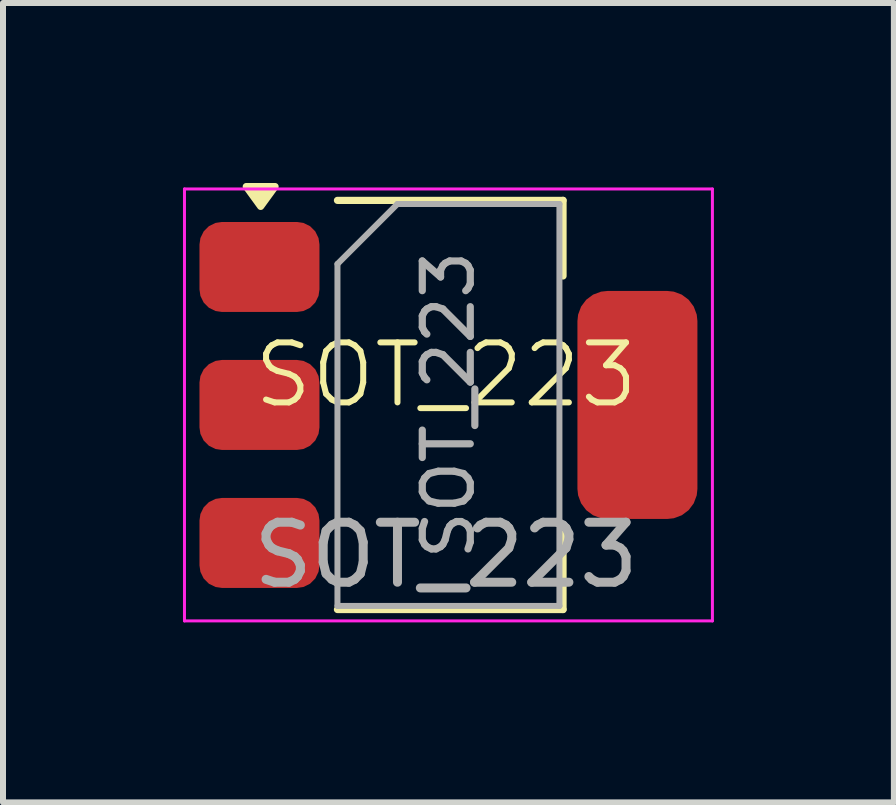
<source format=kicad_pcb>
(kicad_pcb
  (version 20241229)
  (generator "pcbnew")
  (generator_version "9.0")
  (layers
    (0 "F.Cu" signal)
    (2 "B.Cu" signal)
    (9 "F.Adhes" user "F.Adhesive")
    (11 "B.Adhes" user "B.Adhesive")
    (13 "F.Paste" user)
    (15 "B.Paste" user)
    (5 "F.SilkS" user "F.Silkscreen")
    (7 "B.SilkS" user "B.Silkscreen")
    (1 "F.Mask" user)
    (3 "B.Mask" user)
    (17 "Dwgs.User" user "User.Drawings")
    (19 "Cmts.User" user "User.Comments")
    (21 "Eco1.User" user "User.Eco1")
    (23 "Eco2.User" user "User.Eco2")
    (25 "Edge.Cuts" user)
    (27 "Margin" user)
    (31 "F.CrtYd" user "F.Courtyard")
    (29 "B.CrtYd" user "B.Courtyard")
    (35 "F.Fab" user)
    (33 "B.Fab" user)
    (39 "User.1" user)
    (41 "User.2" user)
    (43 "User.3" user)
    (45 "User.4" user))
  (footprint "SOT_223"
    (layer "F.Cu")
    (at 4.385 3.7)
    (property "Reference" "SOT_223" (at 0 -0.5 0) (unlocked yes) (layer "F.SilkS") (effects (font (size 1 1) (thickness 0.1))))
    (attr smd)
    (fp_line (start -1.81 -3.41) (end 1.95 -3.41) (stroke (width 0.12) (type solid)) (layer "F.SilkS"))
    (fp_line (start -1.81 3.41) (end 1.95 3.41) (stroke (width 0.12) (type solid)) (layer "F.SilkS"))
    (fp_line (start 1.95 -3.41) (end 1.95 -2.15) (stroke (width 0.12) (type solid)) (layer "F.SilkS"))
    (fp_line (start 1.95 3.41) (end 1.95 2.15) (stroke (width 0.12) (type solid)) (layer "F.SilkS"))
    (fp_poly (pts (xy -3.09 -3.31) (xy -3.33 -3.64) (xy -2.85 -3.64) (xy -3.09 -3.31)) (stroke (width 0.12) (type solid)) (fill yes) (layer "F.SilkS"))
    (fp_line (start -4.36 -3.6) (end -4.36 3.6) (stroke (width 0.05) (type solid)) (layer "F.CrtYd"))
    (fp_line (start -4.36 3.6) (end 4.44 3.6) (stroke (width 0.05) (type solid)) (layer "F.CrtYd"))
    (fp_line (start 4.44 -3.6) (end -4.36 -3.6) (stroke (width 0.05) (type solid)) (layer "F.CrtYd"))
    (fp_line (start 4.44 3.6) (end 4.44 -3.6) (stroke (width 0.05) (type solid)) (layer "F.CrtYd"))
    (fp_line (start -1.81 -2.35) (end -1.81 3.35) (stroke (width 0.1) (type solid)) (layer "F.Fab"))
    (fp_line (start -1.81 -2.35) (end -0.81 -3.35) (stroke (width 0.1) (type solid)) (layer "F.Fab"))
    (fp_line (start -1.81 3.35) (end 1.89 3.35) (stroke (width 0.1) (type solid)) (layer "F.Fab"))
    (fp_line (start -0.81 -3.35) (end 1.89 -3.35) (stroke (width 0.1) (type solid)) (layer "F.Fab"))
    (fp_line (start 1.89 -3.35) (end 1.89 3.35) (stroke (width 0.1) (type solid)) (layer "F.Fab"))
    (fp_text user "${REFERENCE}" (at 0 2.5 0) (unlocked yes) (layer "F.Fab") (effects (font (size 1 1) (thickness 0.15))))
    (fp_text user "${REFERENCE}" (at 0.04 0 90) (layer "F.Fab") (effects (font (size 0.8 0.8) (thickness 0.12))))
    (pad "1" smd roundrect (at -3.11 -2.3) (size 2 1.5) (layers "F.Cu" "F.Mask" "F.Paste") (roundrect_rratio 0.25))
    (pad "2" smd roundrect (at -3.11 0) (size 2 1.5) (layers "F.Cu" "F.Mask" "F.Paste") (roundrect_rratio 0.25))
    (pad "2" smd roundrect (at 3.19 0) (size 2 3.8) (layers "F.Cu" "F.Mask" "F.Paste") (roundrect_rratio 0.25))
    (pad "3" smd roundrect (at -3.11 2.3) (size 2 1.5) (layers "F.Cu" "F.Mask" "F.Paste") (roundrect_rratio 0.25)))
  (gr_rect
    (start -3 -3)
    (end 11.85 10.325)
    (stroke (width 0.1) (type default))
    (fill no)
    (layer "Edge.Cuts")))
</source>
